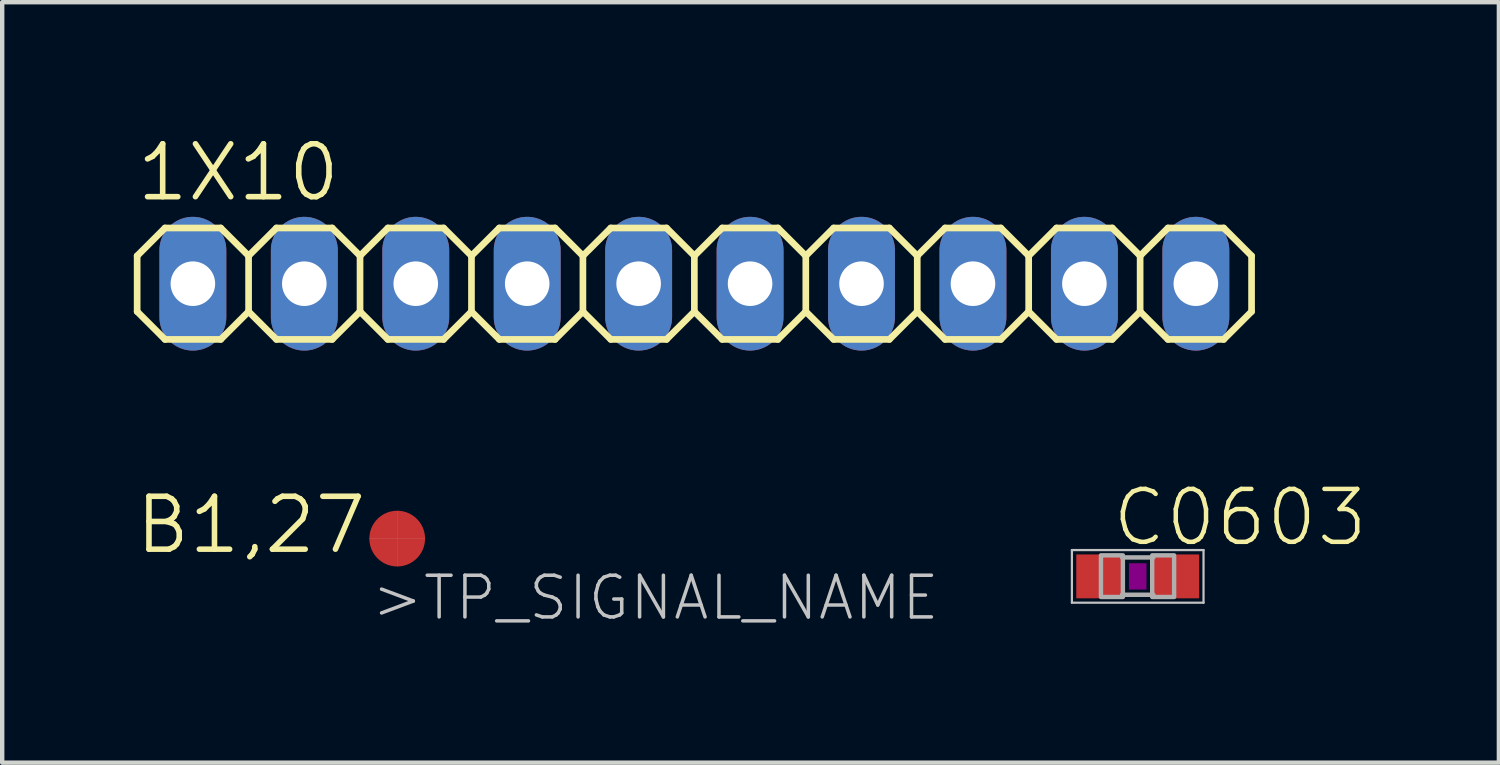
<source format=kicad_pcb>
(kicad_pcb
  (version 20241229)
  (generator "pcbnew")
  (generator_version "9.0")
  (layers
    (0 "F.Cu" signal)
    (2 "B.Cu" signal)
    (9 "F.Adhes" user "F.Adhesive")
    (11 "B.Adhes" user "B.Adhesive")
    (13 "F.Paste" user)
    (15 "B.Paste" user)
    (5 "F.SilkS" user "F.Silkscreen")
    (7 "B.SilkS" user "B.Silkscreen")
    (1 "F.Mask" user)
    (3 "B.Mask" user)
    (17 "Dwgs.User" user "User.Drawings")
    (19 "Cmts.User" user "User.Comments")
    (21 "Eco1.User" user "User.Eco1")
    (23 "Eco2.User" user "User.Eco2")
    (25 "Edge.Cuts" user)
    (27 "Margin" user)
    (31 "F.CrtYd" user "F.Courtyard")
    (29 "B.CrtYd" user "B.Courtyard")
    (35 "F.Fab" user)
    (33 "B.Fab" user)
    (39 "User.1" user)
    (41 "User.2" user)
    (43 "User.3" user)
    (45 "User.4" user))
  (footprint "1X10"
    (layer "F.Cu")
    (at 12.776 3.416)
    (property "Reference" "1X10" (at -12.776 -1.829 0) (layer "F.SilkS") (effects (font (size 1.206 1.206) (thickness 0.127)) (justify left bottom)))
    (attr through_hole)
    (fp_line (start -12.7 -0.635) (end -12.7 0.635) (stroke (width 0.152) (type solid)) (layer "F.SilkS"))
    (fp_line (start -12.7 0.635) (end -12.065 1.27) (stroke (width 0.152) (type solid)) (layer "F.SilkS"))
    (fp_line (start -12.065 -1.27) (end -12.7 -0.635) (stroke (width 0.152) (type solid)) (layer "F.SilkS"))
    (fp_line (start -12.065 -1.27) (end -10.795 -1.27) (stroke (width 0.152) (type solid)) (layer "F.SilkS"))
    (fp_line (start -10.795 -1.27) (end -10.16 -0.635) (stroke (width 0.152) (type solid)) (layer "F.SilkS"))
    (fp_line (start -10.795 1.27) (end -12.065 1.27) (stroke (width 0.152) (type solid)) (layer "F.SilkS"))
    (fp_line (start -10.16 -0.635) (end -10.16 0.635) (stroke (width 0.152) (type solid)) (layer "F.SilkS"))
    (fp_line (start -10.16 -0.635) (end -9.525 -1.27) (stroke (width 0.152) (type solid)) (layer "F.SilkS"))
    (fp_line (start -10.16 0.635) (end -10.795 1.27) (stroke (width 0.152) (type solid)) (layer "F.SilkS"))
    (fp_line (start -9.525 -1.27) (end -8.255 -1.27) (stroke (width 0.152) (type solid)) (layer "F.SilkS"))
    (fp_line (start -9.525 1.27) (end -10.16 0.635) (stroke (width 0.152) (type solid)) (layer "F.SilkS"))
    (fp_line (start -8.255 -1.27) (end -7.62 -0.635) (stroke (width 0.152) (type solid)) (layer "F.SilkS"))
    (fp_line (start -8.255 1.27) (end -9.525 1.27) (stroke (width 0.152) (type solid)) (layer "F.SilkS"))
    (fp_line (start -7.62 -0.635) (end -7.62 0.635) (stroke (width 0.152) (type solid)) (layer "F.SilkS"))
    (fp_line (start -7.62 -0.635) (end -6.985 -1.27) (stroke (width 0.152) (type solid)) (layer "F.SilkS"))
    (fp_line (start -7.62 0.635) (end -8.255 1.27) (stroke (width 0.152) (type solid)) (layer "F.SilkS"))
    (fp_line (start -6.985 -1.27) (end -5.715 -1.27) (stroke (width 0.152) (type solid)) (layer "F.SilkS"))
    (fp_line (start -6.985 1.27) (end -7.62 0.635) (stroke (width 0.152) (type solid)) (layer "F.SilkS"))
    (fp_line (start -5.715 -1.27) (end -5.08 -0.635) (stroke (width 0.152) (type solid)) (layer "F.SilkS"))
    (fp_line (start -5.715 1.27) (end -6.985 1.27) (stroke (width 0.152) (type solid)) (layer "F.SilkS"))
    (fp_line (start -5.08 -0.635) (end -5.08 0.635) (stroke (width 0.152) (type solid)) (layer "F.SilkS"))
    (fp_line (start -5.08 0.635) (end -5.715 1.27) (stroke (width 0.152) (type solid)) (layer "F.SilkS"))
    (fp_line (start -5.08 0.635) (end -4.445 1.27) (stroke (width 0.152) (type solid)) (layer "F.SilkS"))
    (fp_line (start -4.445 -1.27) (end -5.08 -0.635) (stroke (width 0.152) (type solid)) (layer "F.SilkS"))
    (fp_line (start -4.445 -1.27) (end -3.175 -1.27) (stroke (width 0.152) (type solid)) (layer "F.SilkS"))
    (fp_line (start -3.175 -1.27) (end -2.54 -0.635) (stroke (width 0.152) (type solid)) (layer "F.SilkS"))
    (fp_line (start -3.175 1.27) (end -4.445 1.27) (stroke (width 0.152) (type solid)) (layer "F.SilkS"))
    (fp_line (start -2.54 -0.635) (end -2.54 0.635) (stroke (width 0.152) (type solid)) (layer "F.SilkS"))
    (fp_line (start -2.54 -0.635) (end -1.905 -1.27) (stroke (width 0.152) (type solid)) (layer "F.SilkS"))
    (fp_line (start -2.54 0.635) (end -3.175 1.27) (stroke (width 0.152) (type solid)) (layer "F.SilkS"))
    (fp_line (start -1.905 -1.27) (end -0.635 -1.27) (stroke (width 0.152) (type solid)) (layer "F.SilkS"))
    (fp_line (start -1.905 1.27) (end -2.54 0.635) (stroke (width 0.152) (type solid)) (layer "F.SilkS"))
    (fp_line (start -0.635 -1.27) (end 0 -0.635) (stroke (width 0.152) (type solid)) (layer "F.SilkS"))
    (fp_line (start -0.635 1.27) (end -1.905 1.27) (stroke (width 0.152) (type solid)) (layer "F.SilkS"))
    (fp_line (start 0 -0.635) (end 0 0.635) (stroke (width 0.152) (type solid)) (layer "F.SilkS"))
    (fp_line (start 0 -0.635) (end 0.635 -1.27) (stroke (width 0.152) (type solid)) (layer "F.SilkS"))
    (fp_line (start 0 0.635) (end -0.635 1.27) (stroke (width 0.152) (type solid)) (layer "F.SilkS"))
    (fp_line (start 0.635 -1.27) (end 1.905 -1.27) (stroke (width 0.152) (type solid)) (layer "F.SilkS"))
    (fp_line (start 0.635 1.27) (end 0 0.635) (stroke (width 0.152) (type solid)) (layer "F.SilkS"))
    (fp_line (start 1.905 -1.27) (end 2.54 -0.635) (stroke (width 0.152) (type solid)) (layer "F.SilkS"))
    (fp_line (start 1.905 1.27) (end 0.635 1.27) (stroke (width 0.152) (type solid)) (layer "F.SilkS"))
    (fp_line (start 2.54 -0.635) (end 2.54 0.635) (stroke (width 0.152) (type solid)) (layer "F.SilkS"))
    (fp_line (start 2.54 0.635) (end 1.905 1.27) (stroke (width 0.152) (type solid)) (layer "F.SilkS"))
    (fp_line (start 2.54 0.635) (end 3.175 1.27) (stroke (width 0.152) (type solid)) (layer "F.SilkS"))
    (fp_line (start 3.175 -1.27) (end 2.54 -0.635) (stroke (width 0.152) (type solid)) (layer "F.SilkS"))
    (fp_line (start 3.175 -1.27) (end 4.445 -1.27) (stroke (width 0.152) (type solid)) (layer "F.SilkS"))
    (fp_line (start 4.445 -1.27) (end 5.08 -0.635) (stroke (width 0.152) (type solid)) (layer "F.SilkS"))
    (fp_line (start 4.445 1.27) (end 3.175 1.27) (stroke (width 0.152) (type solid)) (layer "F.SilkS"))
    (fp_line (start 5.08 -0.635) (end 5.08 0.635) (stroke (width 0.152) (type solid)) (layer "F.SilkS"))
    (fp_line (start 5.08 -0.635) (end 5.715 -1.27) (stroke (width 0.152) (type solid)) (layer "F.SilkS"))
    (fp_line (start 5.08 0.635) (end 4.445 1.27) (stroke (width 0.152) (type solid)) (layer "F.SilkS"))
    (fp_line (start 5.715 -1.27) (end 6.985 -1.27) (stroke (width 0.152) (type solid)) (layer "F.SilkS"))
    (fp_line (start 5.715 1.27) (end 5.08 0.635) (stroke (width 0.152) (type solid)) (layer "F.SilkS"))
    (fp_line (start 6.985 -1.27) (end 7.62 -0.635) (stroke (width 0.152) (type solid)) (layer "F.SilkS"))
    (fp_line (start 6.985 1.27) (end 5.715 1.27) (stroke (width 0.152) (type solid)) (layer "F.SilkS"))
    (fp_line (start 7.62 -0.635) (end 7.62 0.635) (stroke (width 0.152) (type solid)) (layer "F.SilkS"))
    (fp_line (start 7.62 -0.635) (end 8.255 -1.27) (stroke (width 0.152) (type solid)) (layer "F.SilkS"))
    (fp_line (start 7.62 0.635) (end 6.985 1.27) (stroke (width 0.152) (type solid)) (layer "F.SilkS"))
    (fp_line (start 8.255 -1.27) (end 9.525 -1.27) (stroke (width 0.152) (type solid)) (layer "F.SilkS"))
    (fp_line (start 8.255 1.27) (end 7.62 0.635) (stroke (width 0.152) (type solid)) (layer "F.SilkS"))
    (fp_line (start 9.525 -1.27) (end 10.16 -0.635) (stroke (width 0.152) (type solid)) (layer "F.SilkS"))
    (fp_line (start 9.525 1.27) (end 8.255 1.27) (stroke (width 0.152) (type solid)) (layer "F.SilkS"))
    (fp_line (start 10.16 -0.635) (end 10.16 0.635) (stroke (width 0.152) (type solid)) (layer "F.SilkS"))
    (fp_line (start 10.16 0.635) (end 9.525 1.27) (stroke (width 0.152) (type solid)) (layer "F.SilkS"))
    (fp_line (start 10.16 0.635) (end 10.795 1.27) (stroke (width 0.152) (type solid)) (layer "F.SilkS"))
    (fp_line (start 10.795 -1.27) (end 10.16 -0.635) (stroke (width 0.152) (type solid)) (layer "F.SilkS"))
    (fp_line (start 10.795 -1.27) (end 12.065 -1.27) (stroke (width 0.152) (type solid)) (layer "F.SilkS"))
    (fp_line (start 12.065 -1.27) (end 12.7 -0.635) (stroke (width 0.152) (type solid)) (layer "F.SilkS"))
    (fp_line (start 12.065 1.27) (end 10.795 1.27) (stroke (width 0.152) (type solid)) (layer "F.SilkS"))
    (fp_line (start 12.7 -0.635) (end 12.7 0.635) (stroke (width 0.152) (type solid)) (layer "F.SilkS"))
    (fp_line (start 12.7 0.635) (end 12.065 1.27) (stroke (width 0.152) (type solid)) (layer "F.SilkS"))
    (fp_poly (pts (xy -11.684 0.254) (xy -11.176 0.254) (xy -11.176 -0.254) (xy -11.684 -0.254)) (stroke (width 0.1) (type solid)) (fill no) (layer "F.Fab"))
    (fp_poly (pts (xy -9.144 0.254) (xy -8.636 0.254) (xy -8.636 -0.254) (xy -9.144 -0.254)) (stroke (width 0.1) (type solid)) (fill no) (layer "F.Fab"))
    (fp_poly (pts (xy -6.604 0.254) (xy -6.096 0.254) (xy -6.096 -0.254) (xy -6.604 -0.254)) (stroke (width 0.1) (type solid)) (fill no) (layer "F.Fab"))
    (fp_poly (pts (xy -4.064 0.254) (xy -3.556 0.254) (xy -3.556 -0.254) (xy -4.064 -0.254)) (stroke (width 0.1) (type solid)) (fill no) (layer "F.Fab"))
    (fp_poly (pts (xy -1.524 0.254) (xy -1.016 0.254) (xy -1.016 -0.254) (xy -1.524 -0.254)) (stroke (width 0.1) (type solid)) (fill no) (layer "F.Fab"))
    (fp_poly (pts (xy 1.016 0.254) (xy 1.524 0.254) (xy 1.524 -0.254) (xy 1.016 -0.254)) (stroke (width 0.1) (type solid)) (fill no) (layer "F.Fab"))
    (fp_poly (pts (xy 3.556 0.254) (xy 4.064 0.254) (xy 4.064 -0.254) (xy 3.556 -0.254)) (stroke (width 0.1) (type solid)) (fill no) (layer "F.Fab"))
    (fp_poly (pts (xy 6.096 0.254) (xy 6.604 0.254) (xy 6.604 -0.254) (xy 6.096 -0.254)) (stroke (width 0.1) (type solid)) (fill no) (layer "F.Fab"))
    (fp_poly (pts (xy 8.636 0.254) (xy 9.144 0.254) (xy 9.144 -0.254) (xy 8.636 -0.254)) (stroke (width 0.1) (type solid)) (fill no) (layer "F.Fab"))
    (fp_poly (pts (xy 11.176 0.254) (xy 11.684 0.254) (xy 11.684 -0.254) (xy 11.176 -0.254)) (stroke (width 0.1) (type solid)) (fill no) (layer "F.Fab"))
    (pad "1" thru_hole oval (at -11.43 0 90) (size 3.048 1.524) (drill 1.016) (layers "*.Cu" "*.Mask"))
    (pad "2" thru_hole oval (at -8.89 0 90) (size 3.048 1.524) (drill 1.016) (layers "*.Cu" "*.Mask"))
    (pad "3" thru_hole oval (at -6.35 0 90) (size 3.048 1.524) (drill 1.016) (layers "*.Cu" "*.Mask"))
    (pad "4" thru_hole oval (at -3.81 0 90) (size 3.048 1.524) (drill 1.016) (layers "*.Cu" "*.Mask"))
    (pad "5" thru_hole oval (at -1.27 0 90) (size 3.048 1.524) (drill 1.016) (layers "*.Cu" "*.Mask"))
    (pad "6" thru_hole oval (at 1.27 0 90) (size 3.048 1.524) (drill 1.016) (layers "*.Cu" "*.Mask"))
    (pad "7" thru_hole oval (at 3.81 0 90) (size 3.048 1.524) (drill 1.016) (layers "*.Cu" "*.Mask"))
    (pad "8" thru_hole oval (at 6.35 0 90) (size 3.048 1.524) (drill 1.016) (layers "*.Cu" "*.Mask"))
    (pad "9" thru_hole oval (at 8.89 0 90) (size 3.048 1.524) (drill 1.016) (layers "*.Cu" "*.Mask"))
    (pad "10" thru_hole oval (at 11.43 0 90) (size 3.048 1.524) (drill 1.016) (layers "*.Cu" "*.Mask")))
  (footprint "C0603"
    (layer "F.Cu")
    (at 22.881 10.087)
    (property "Reference" "C0603" (at -0.635 -0.635 0) (layer "F.SilkS") (effects (font (size 1.206 1.206) (thickness 0.102)) (justify left bottom)))
    (attr through_hole)
    (fp_poly (pts (xy -0.2 0.3) (xy 0.2 0.3) (xy 0.2 -0.3) (xy -0.2 -0.3)) (stroke (width 0) (type solid)) (fill yes) (layer "F.Adhes"))
    (fp_line (start -1.5 -0.6) (end 1.5 -0.6) (stroke (width 0.051) (type solid)) (layer "Dwgs.User"))
    (fp_line (start -1.5 0.6) (end -1.5 -0.6) (stroke (width 0.051) (type solid)) (layer "Dwgs.User"))
    (fp_line (start 1.5 -0.6) (end 1.5 0.6) (stroke (width 0.051) (type solid)) (layer "Dwgs.User"))
    (fp_line (start 1.5 0.6) (end -1.5 0.6) (stroke (width 0.051) (type solid)) (layer "Dwgs.User"))
    (fp_line (start -0.356 -0.432) (end 0.356 -0.432) (stroke (width 0.102) (type solid)) (layer "F.Fab"))
    (fp_line (start -0.356 0.419) (end 0.356 0.419) (stroke (width 0.102) (type solid)) (layer "F.Fab"))
    (fp_poly (pts (xy -0.838 0.47) (xy -0.338 0.47) (xy -0.338 -0.48) (xy -0.838 -0.48)) (stroke (width 0.1) (type solid)) (fill no) (layer "F.Fab"))
    (fp_poly (pts (xy 0.33 0.47) (xy 0.83 0.47) (xy 0.83 -0.48) (xy 0.33 -0.48)) (stroke (width 0.1) (type solid)) (fill no) (layer "F.Fab"))
    (pad "1" smd rect (at -0.85 0) (size 1.1 1) (layers "F.Cu" "F.Mask" "F.Paste"))
    (pad "2" smd rect (at 0.85 0) (size 1.1 1) (layers "F.Cu" "F.Mask" "F.Paste")))
  (footprint "B1,27"
    (layer "F.Cu")
    (at 6.003 9.226)
    (property "Reference" "B1,27" (at -0.635 -1.016 0) (layer "F.SilkS") (effects (font (size 1.206 1.206) (thickness 0.127)) (justify right top)))
    (attr through_hole)
    (fp_line (start -0.635 0) (end 0.635 0) (stroke (width 0.002) (type solid)) (layer "Dwgs.User"))
    (fp_line (start 0 -0.635) (end 0 0.635) (stroke (width 0.002) (type solid)) (layer "Dwgs.User"))
    (fp_text user ">TP_SIGNAL_NAME" (at -0.635 1.905 0) (layer "Dwgs.User") (effects (font (size 0.95 0.95) (thickness 0.08)) (justify left bottom)))
    (pad "TP" smd circle (at 0 0) (size 1.27 1.27) (layers "F.Cu" "F.Mask" "F.Paste")))
  (gr_rect
    (start -3 -3)
    (end 31.113 14.333)
    (stroke (width 0.1) (type default))
    (fill no)
    (layer "Edge.Cuts")))
</source>
